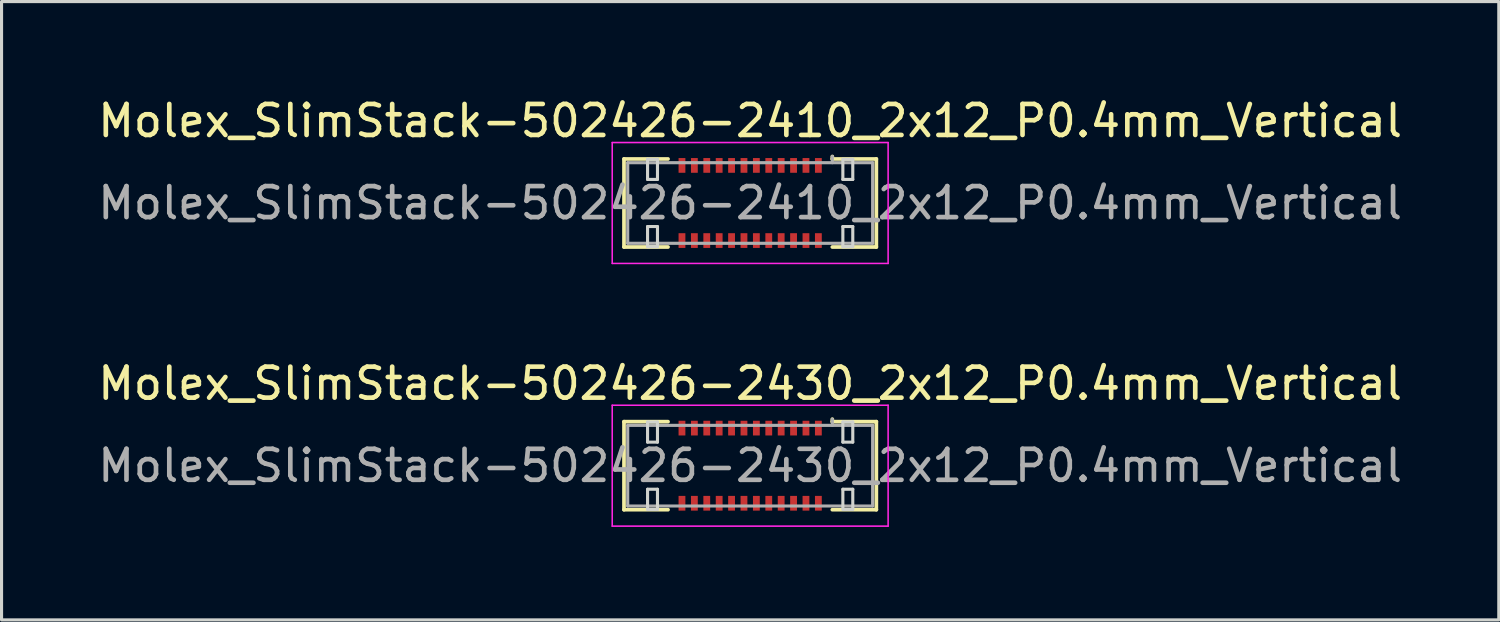
<source format=kicad_pcb>
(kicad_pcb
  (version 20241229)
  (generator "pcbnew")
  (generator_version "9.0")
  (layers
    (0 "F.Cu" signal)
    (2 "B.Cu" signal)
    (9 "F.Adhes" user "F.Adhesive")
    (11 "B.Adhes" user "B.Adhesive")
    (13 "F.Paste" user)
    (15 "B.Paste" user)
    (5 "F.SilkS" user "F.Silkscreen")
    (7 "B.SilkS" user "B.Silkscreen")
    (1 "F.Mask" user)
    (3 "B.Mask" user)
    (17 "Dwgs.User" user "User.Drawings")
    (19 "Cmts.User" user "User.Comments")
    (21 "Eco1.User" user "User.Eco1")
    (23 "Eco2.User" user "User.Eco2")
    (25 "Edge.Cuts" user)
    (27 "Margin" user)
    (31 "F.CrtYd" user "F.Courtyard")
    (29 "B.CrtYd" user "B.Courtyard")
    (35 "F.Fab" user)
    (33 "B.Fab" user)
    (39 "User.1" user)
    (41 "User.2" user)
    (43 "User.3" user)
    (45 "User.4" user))
  (footprint "Molex_SlimStack-502426-2410_2x12_P0.4mm_Vertical"
    (layer "F.Cu")
    (at 21.149 3.498)
    (property "Reference" "Molex_SlimStack-502426-2410_2x12_P0.4mm_Vertical" (at 0 -2.65 0) (layer "F.SilkS") (effects (font (size 1 1) (thickness 0.15))))
    (attr smd)
    (fp_line (start -4.07 -1.42) (end -2.65 -1.42) (stroke (width 0.12) (type solid)) (layer "F.SilkS"))
    (fp_line (start -4.07 1.42) (end -4.07 -1.42) (stroke (width 0.12) (type solid)) (layer "F.SilkS"))
    (fp_line (start -2.65 1.42) (end -4.07 1.42) (stroke (width 0.12) (type solid)) (layer "F.SilkS"))
    (fp_line (start 2.65 -1.42) (end 2.65 -1.5) (stroke (width 0.12) (type solid)) (layer "F.SilkS"))
    (fp_line (start 2.65 1.42) (end 4.07 1.42) (stroke (width 0.12) (type solid)) (layer "F.SilkS"))
    (fp_line (start 4.07 -1.42) (end 2.65 -1.42) (stroke (width 0.12) (type solid)) (layer "F.SilkS"))
    (fp_line (start 4.07 1.42) (end 4.07 -1.42) (stroke (width 0.12) (type solid)) (layer "F.SilkS"))
    (fp_line (start -3.31 -1.41) (end -3.31 -0.76) (stroke (width 0.1) (type solid)) (layer "Edge.Cuts"))
    (fp_line (start -3.31 -0.76) (end -2.99 -0.76) (stroke (width 0.1) (type solid)) (layer "Edge.Cuts"))
    (fp_line (start -3.31 0.76) (end -3.31 1.41) (stroke (width 0.1) (type solid)) (layer "Edge.Cuts"))
    (fp_line (start -3.31 1.41) (end -2.99 1.41) (stroke (width 0.1) (type solid)) (layer "Edge.Cuts"))
    (fp_line (start -2.99 -1.41) (end -3.31 -1.41) (stroke (width 0.1) (type solid)) (layer "Edge.Cuts"))
    (fp_line (start -2.99 -0.76) (end -2.99 -1.41) (stroke (width 0.1) (type solid)) (layer "Edge.Cuts"))
    (fp_line (start -2.99 0.76) (end -3.31 0.76) (stroke (width 0.1) (type solid)) (layer "Edge.Cuts"))
    (fp_line (start -2.99 1.41) (end -2.99 0.76) (stroke (width 0.1) (type solid)) (layer "Edge.Cuts"))
    (fp_line (start 2.99 -1.41) (end 2.99 -0.76) (stroke (width 0.1) (type solid)) (layer "Edge.Cuts"))
    (fp_line (start 2.99 -0.76) (end 3.31 -0.76) (stroke (width 0.1) (type solid)) (layer "Edge.Cuts"))
    (fp_line (start 2.99 0.76) (end 2.99 1.41) (stroke (width 0.1) (type solid)) (layer "Edge.Cuts"))
    (fp_line (start 2.99 1.41) (end 3.31 1.41) (stroke (width 0.1) (type solid)) (layer "Edge.Cuts"))
    (fp_line (start 3.31 -1.41) (end 2.99 -1.41) (stroke (width 0.1) (type solid)) (layer "Edge.Cuts"))
    (fp_line (start 3.31 -0.76) (end 3.31 -1.41) (stroke (width 0.1) (type solid)) (layer "Edge.Cuts"))
    (fp_line (start 3.31 0.76) (end 2.99 0.76) (stroke (width 0.1) (type solid)) (layer "Edge.Cuts"))
    (fp_line (start 3.31 1.41) (end 3.31 0.76) (stroke (width 0.1) (type solid)) (layer "Edge.Cuts"))
    (fp_line (start -4.45 -1.95) (end -4.45 1.95) (stroke (width 0.05) (type solid)) (layer "F.CrtYd"))
    (fp_line (start -4.45 1.95) (end 4.45 1.95) (stroke (width 0.05) (type solid)) (layer "F.CrtYd"))
    (fp_line (start 4.45 -1.95) (end -4.45 -1.95) (stroke (width 0.05) (type solid)) (layer "F.CrtYd"))
    (fp_line (start 4.45 1.95) (end 4.45 -1.95) (stroke (width 0.05) (type solid)) (layer "F.CrtYd"))
    (fp_line (start -3.95 -1.3) (end -3.95 1.3) (stroke (width 0.1) (type solid)) (layer "F.Fab"))
    (fp_line (start -3.95 1.3) (end 3.95 1.3) (stroke (width 0.1) (type solid)) (layer "F.Fab"))
    (fp_line (start 2.65 -1.3) (end 2.65 -1.5) (stroke (width 0.1) (type solid)) (layer "F.Fab"))
    (fp_line (start 3.95 -1.3) (end -3.95 -1.3) (stroke (width 0.1) (type solid)) (layer "F.Fab"))
    (fp_line (start 3.95 1.3) (end 3.95 -1.3) (stroke (width 0.1) (type solid)) (layer "F.Fab"))
    (fp_text user "${REFERENCE}" (at 0 0 0) (layer "F.Fab") (effects (font (size 1 1) (thickness 0.15))))
    (pad "1" smd rect (at 2.2 -1.212) (size 0.22 0.475) (layers "F.Cu" "F.Mask" "F.Paste"))
    (pad "2" smd rect (at 2.2 1.212) (size 0.22 0.475) (layers "F.Cu" "F.Mask" "F.Paste"))
    (pad "3" smd rect (at 1.8 -1.212) (size 0.22 0.475) (layers "F.Cu" "F.Mask" "F.Paste"))
    (pad "4" smd rect (at 1.8 1.212) (size 0.22 0.475) (layers "F.Cu" "F.Mask" "F.Paste"))
    (pad "5" smd rect (at 1.4 -1.212) (size 0.22 0.475) (layers "F.Cu" "F.Mask" "F.Paste"))
    (pad "6" smd rect (at 1.4 1.212) (size 0.22 0.475) (layers "F.Cu" "F.Mask" "F.Paste"))
    (pad "7" smd rect (at 1 -1.212) (size 0.22 0.475) (layers "F.Cu" "F.Mask" "F.Paste"))
    (pad "8" smd rect (at 1 1.212) (size 0.22 0.475) (layers "F.Cu" "F.Mask" "F.Paste"))
    (pad "9" smd rect (at 0.6 -1.212) (size 0.22 0.475) (layers "F.Cu" "F.Mask" "F.Paste"))
    (pad "10" smd rect (at 0.6 1.212) (size 0.22 0.475) (layers "F.Cu" "F.Mask" "F.Paste"))
    (pad "11" smd rect (at 0.2 -1.212) (size 0.22 0.475) (layers "F.Cu" "F.Mask" "F.Paste"))
    (pad "12" smd rect (at 0.2 1.212) (size 0.22 0.475) (layers "F.Cu" "F.Mask" "F.Paste"))
    (pad "13" smd rect (at -0.2 -1.212) (size 0.22 0.475) (layers "F.Cu" "F.Mask" "F.Paste"))
    (pad "14" smd rect (at -0.2 1.212) (size 0.22 0.475) (layers "F.Cu" "F.Mask" "F.Paste"))
    (pad "15" smd rect (at -0.6 -1.212) (size 0.22 0.475) (layers "F.Cu" "F.Mask" "F.Paste"))
    (pad "16" smd rect (at -0.6 1.212) (size 0.22 0.475) (layers "F.Cu" "F.Mask" "F.Paste"))
    (pad "17" smd rect (at -1 -1.212) (size 0.22 0.475) (layers "F.Cu" "F.Mask" "F.Paste"))
    (pad "18" smd rect (at -1 1.212) (size 0.22 0.475) (layers "F.Cu" "F.Mask" "F.Paste"))
    (pad "19" smd rect (at -1.4 -1.212) (size 0.22 0.475) (layers "F.Cu" "F.Mask" "F.Paste"))
    (pad "20" smd rect (at -1.4 1.212) (size 0.22 0.475) (layers "F.Cu" "F.Mask" "F.Paste"))
    (pad "21" smd rect (at -1.8 -1.212) (size 0.22 0.475) (layers "F.Cu" "F.Mask" "F.Paste"))
    (pad "22" smd rect (at -1.8 1.212) (size 0.22 0.475) (layers "F.Cu" "F.Mask" "F.Paste"))
    (pad "23" smd rect (at -2.2 -1.212) (size 0.22 0.475) (layers "F.Cu" "F.Mask" "F.Paste"))
    (pad "24" smd rect (at -2.2 1.212) (size 0.22 0.475) (layers "F.Cu" "F.Mask" "F.Paste")))
  (footprint "Molex_SlimStack-502426-2430_2x12_P0.4mm_Vertical"
    (layer "F.Cu")
    (at 21.149 11.972)
    (property "Reference" "Molex_SlimStack-502426-2430_2x12_P0.4mm_Vertical" (at 0 -2.65 0) (layer "F.SilkS") (effects (font (size 1 1) (thickness 0.15))))
    (attr smd)
    (fp_line (start -4.07 -1.42) (end -2.65 -1.42) (stroke (width 0.12) (type solid)) (layer "F.SilkS"))
    (fp_line (start -4.07 1.42) (end -4.07 -1.42) (stroke (width 0.12) (type solid)) (layer "F.SilkS"))
    (fp_line (start -2.65 1.42) (end -4.07 1.42) (stroke (width 0.12) (type solid)) (layer "F.SilkS"))
    (fp_line (start 2.65 -1.42) (end 2.65 -1.5) (stroke (width 0.12) (type solid)) (layer "F.SilkS"))
    (fp_line (start 2.65 1.42) (end 4.07 1.42) (stroke (width 0.12) (type solid)) (layer "F.SilkS"))
    (fp_line (start 4.07 -1.42) (end 2.65 -1.42) (stroke (width 0.12) (type solid)) (layer "F.SilkS"))
    (fp_line (start 4.07 1.42) (end 4.07 -1.42) (stroke (width 0.12) (type solid)) (layer "F.SilkS"))
    (fp_line (start -3.31 -1.41) (end -3.31 -0.76) (stroke (width 0.1) (type solid)) (layer "Edge.Cuts"))
    (fp_line (start -3.31 -0.76) (end -2.99 -0.76) (stroke (width 0.1) (type solid)) (layer "Edge.Cuts"))
    (fp_line (start -3.31 0.76) (end -3.31 1.41) (stroke (width 0.1) (type solid)) (layer "Edge.Cuts"))
    (fp_line (start -3.31 1.41) (end -2.99 1.41) (stroke (width 0.1) (type solid)) (layer "Edge.Cuts"))
    (fp_line (start -2.99 -1.41) (end -3.31 -1.41) (stroke (width 0.1) (type solid)) (layer "Edge.Cuts"))
    (fp_line (start -2.99 -0.76) (end -2.99 -1.41) (stroke (width 0.1) (type solid)) (layer "Edge.Cuts"))
    (fp_line (start -2.99 0.76) (end -3.31 0.76) (stroke (width 0.1) (type solid)) (layer "Edge.Cuts"))
    (fp_line (start -2.99 1.41) (end -2.99 0.76) (stroke (width 0.1) (type solid)) (layer "Edge.Cuts"))
    (fp_line (start 2.99 -1.41) (end 2.99 -0.76) (stroke (width 0.1) (type solid)) (layer "Edge.Cuts"))
    (fp_line (start 2.99 -0.76) (end 3.31 -0.76) (stroke (width 0.1) (type solid)) (layer "Edge.Cuts"))
    (fp_line (start 2.99 0.76) (end 2.99 1.41) (stroke (width 0.1) (type solid)) (layer "Edge.Cuts"))
    (fp_line (start 2.99 1.41) (end 3.31 1.41) (stroke (width 0.1) (type solid)) (layer "Edge.Cuts"))
    (fp_line (start 3.31 -1.41) (end 2.99 -1.41) (stroke (width 0.1) (type solid)) (layer "Edge.Cuts"))
    (fp_line (start 3.31 -0.76) (end 3.31 -1.41) (stroke (width 0.1) (type solid)) (layer "Edge.Cuts"))
    (fp_line (start 3.31 0.76) (end 2.99 0.76) (stroke (width 0.1) (type solid)) (layer "Edge.Cuts"))
    (fp_line (start 3.31 1.41) (end 3.31 0.76) (stroke (width 0.1) (type solid)) (layer "Edge.Cuts"))
    (fp_line (start -4.45 -1.95) (end -4.45 1.95) (stroke (width 0.05) (type solid)) (layer "F.CrtYd"))
    (fp_line (start -4.45 1.95) (end 4.45 1.95) (stroke (width 0.05) (type solid)) (layer "F.CrtYd"))
    (fp_line (start 4.45 -1.95) (end -4.45 -1.95) (stroke (width 0.05) (type solid)) (layer "F.CrtYd"))
    (fp_line (start 4.45 1.95) (end 4.45 -1.95) (stroke (width 0.05) (type solid)) (layer "F.CrtYd"))
    (fp_line (start -3.95 -1.3) (end -3.95 1.3) (stroke (width 0.1) (type solid)) (layer "F.Fab"))
    (fp_line (start -3.95 1.3) (end 3.95 1.3) (stroke (width 0.1) (type solid)) (layer "F.Fab"))
    (fp_line (start 2.65 -1.3) (end 2.65 -1.5) (stroke (width 0.1) (type solid)) (layer "F.Fab"))
    (fp_line (start 3.95 -1.3) (end -3.95 -1.3) (stroke (width 0.1) (type solid)) (layer "F.Fab"))
    (fp_line (start 3.95 1.3) (end 3.95 -1.3) (stroke (width 0.1) (type solid)) (layer "F.Fab"))
    (fp_text user "${REFERENCE}" (at 0 0 0) (layer "F.Fab") (effects (font (size 1 1) (thickness 0.15))))
    (pad "1" smd rect (at 2.2 -1.212) (size 0.22 0.475) (layers "F.Cu" "F.Mask" "F.Paste"))
    (pad "2" smd rect (at 2.2 1.212) (size 0.22 0.475) (layers "F.Cu" "F.Mask" "F.Paste"))
    (pad "3" smd rect (at 1.8 -1.212) (size 0.22 0.475) (layers "F.Cu" "F.Mask" "F.Paste"))
    (pad "4" smd rect (at 1.8 1.212) (size 0.22 0.475) (layers "F.Cu" "F.Mask" "F.Paste"))
    (pad "5" smd rect (at 1.4 -1.212) (size 0.22 0.475) (layers "F.Cu" "F.Mask" "F.Paste"))
    (pad "6" smd rect (at 1.4 1.212) (size 0.22 0.475) (layers "F.Cu" "F.Mask" "F.Paste"))
    (pad "7" smd rect (at 1 -1.212) (size 0.22 0.475) (layers "F.Cu" "F.Mask" "F.Paste"))
    (pad "8" smd rect (at 1 1.212) (size 0.22 0.475) (layers "F.Cu" "F.Mask" "F.Paste"))
    (pad "9" smd rect (at 0.6 -1.212) (size 0.22 0.475) (layers "F.Cu" "F.Mask" "F.Paste"))
    (pad "10" smd rect (at 0.6 1.212) (size 0.22 0.475) (layers "F.Cu" "F.Mask" "F.Paste"))
    (pad "11" smd rect (at 0.2 -1.212) (size 0.22 0.475) (layers "F.Cu" "F.Mask" "F.Paste"))
    (pad "12" smd rect (at 0.2 1.212) (size 0.22 0.475) (layers "F.Cu" "F.Mask" "F.Paste"))
    (pad "13" smd rect (at -0.2 -1.212) (size 0.22 0.475) (layers "F.Cu" "F.Mask" "F.Paste"))
    (pad "14" smd rect (at -0.2 1.212) (size 0.22 0.475) (layers "F.Cu" "F.Mask" "F.Paste"))
    (pad "15" smd rect (at -0.6 -1.212) (size 0.22 0.475) (layers "F.Cu" "F.Mask" "F.Paste"))
    (pad "16" smd rect (at -0.6 1.212) (size 0.22 0.475) (layers "F.Cu" "F.Mask" "F.Paste"))
    (pad "17" smd rect (at -1 -1.212) (size 0.22 0.475) (layers "F.Cu" "F.Mask" "F.Paste"))
    (pad "18" smd rect (at -1 1.212) (size 0.22 0.475) (layers "F.Cu" "F.Mask" "F.Paste"))
    (pad "19" smd rect (at -1.4 -1.212) (size 0.22 0.475) (layers "F.Cu" "F.Mask" "F.Paste"))
    (pad "20" smd rect (at -1.4 1.212) (size 0.22 0.475) (layers "F.Cu" "F.Mask" "F.Paste"))
    (pad "21" smd rect (at -1.8 -1.212) (size 0.22 0.475) (layers "F.Cu" "F.Mask" "F.Paste"))
    (pad "22" smd rect (at -1.8 1.212) (size 0.22 0.475) (layers "F.Cu" "F.Mask" "F.Paste"))
    (pad "23" smd rect (at -2.2 -1.212) (size 0.22 0.475) (layers "F.Cu" "F.Mask" "F.Paste"))
    (pad "24" smd rect (at -2.2 1.212) (size 0.22 0.475) (layers "F.Cu" "F.Mask" "F.Paste")))
  (gr_rect
    (start -3 -3)
    (end 45.298 16.947)
    (stroke (width 0.1) (type default))
    (fill no)
    (layer "Edge.Cuts")))
</source>
